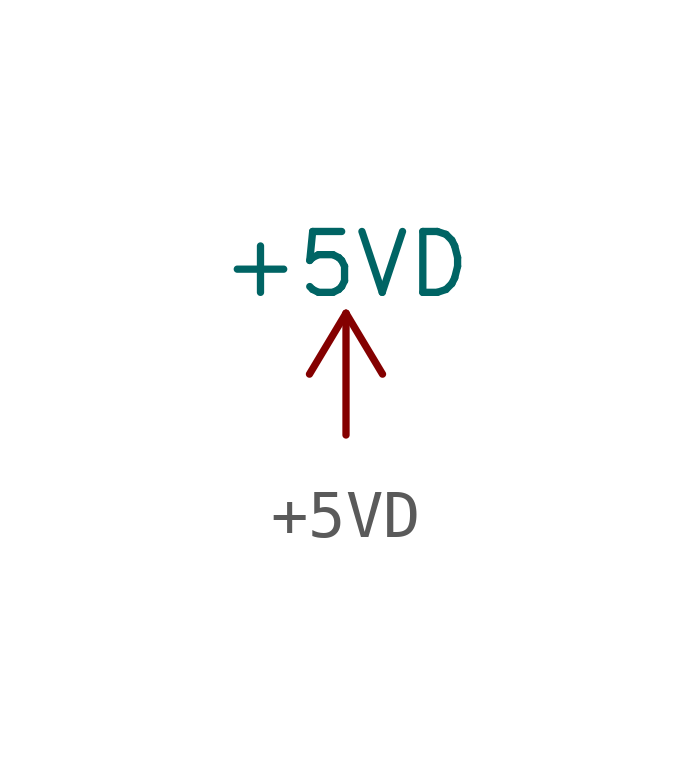
<source format=kicad_sym>
(kicad_symbol_lib
  (version 20220914)
  (generator kicad_symbol_editor)
  (symbol "+5VD"
    (power)
    (pin_names
      (offset 0))
    (property "Reference" "#PWR"
      (at 0 -3.81 0)
      (effects (font (size 1.27 1.27)) hide))
    (property "Value" "+5VD"
      (at 0 3.556 0)
      (effects (font (size 1.27 1.27))))
    (symbol "+5VD_0_1"
      (polyline (pts (xy -0.762 1.27) (xy 0 2.54)) (stroke (width 0) (type solid)) (fill (type none)))
      (polyline (pts (xy 0 0) (xy 0 2.54)) (stroke (width 0) (type solid)) (fill (type none)))
      (polyline (pts (xy 0 2.54) (xy 0.762 1.27)) (stroke (width 0) (type solid)) (fill (type none))))
    (symbol "+5VD_1_1"
      (pin power_in line (at 0 0 90) (length 0) hide (name "+5VD" (effects (font (size 1.27 1.27)))) (number "1" (effects (font (size 1.27 1.27))))))))
</source>
